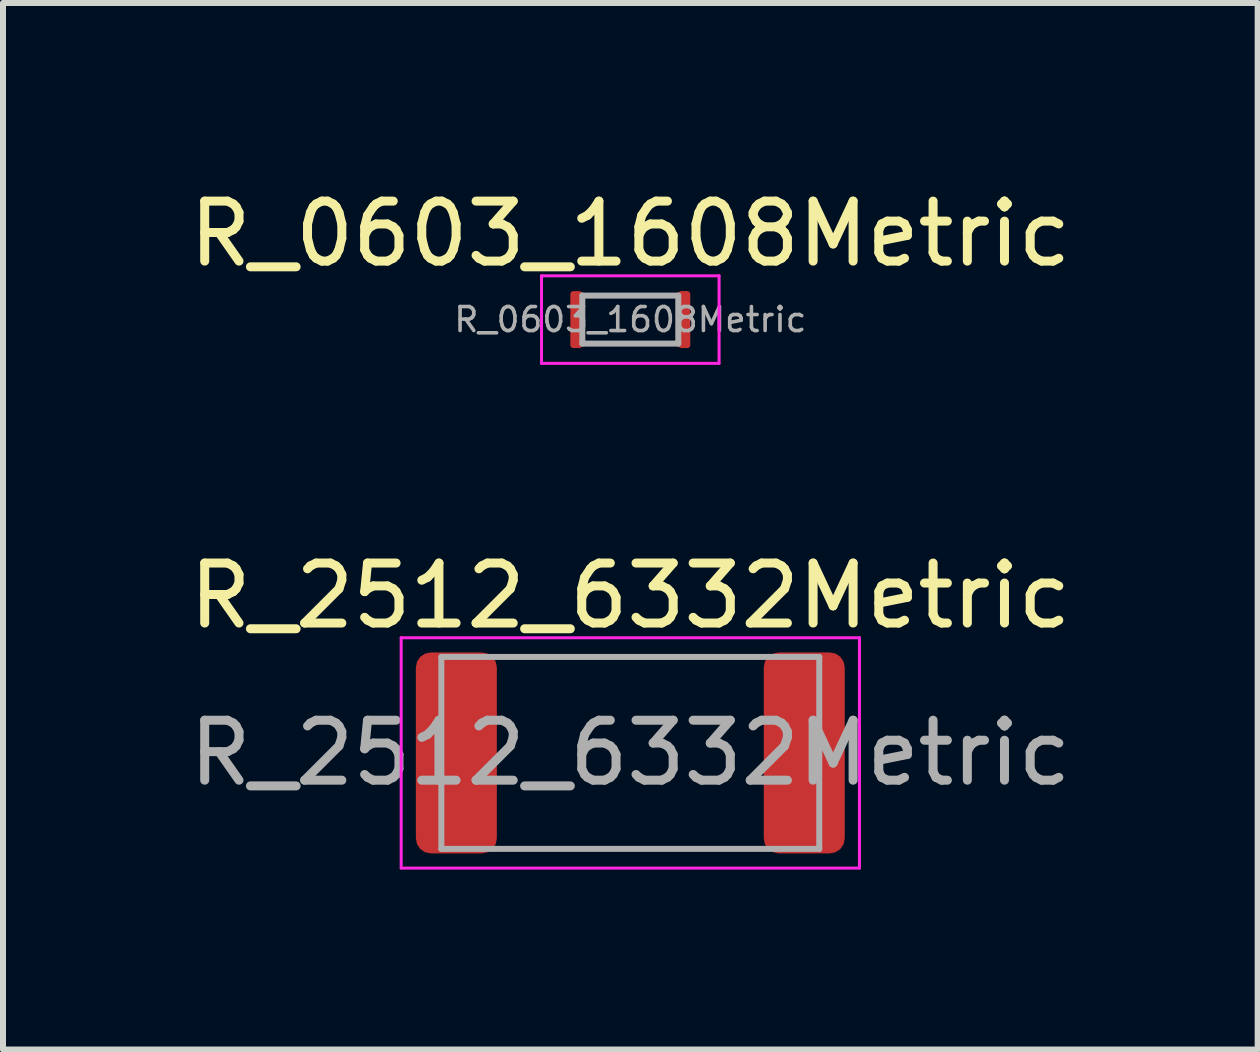
<source format=kicad_pcb>
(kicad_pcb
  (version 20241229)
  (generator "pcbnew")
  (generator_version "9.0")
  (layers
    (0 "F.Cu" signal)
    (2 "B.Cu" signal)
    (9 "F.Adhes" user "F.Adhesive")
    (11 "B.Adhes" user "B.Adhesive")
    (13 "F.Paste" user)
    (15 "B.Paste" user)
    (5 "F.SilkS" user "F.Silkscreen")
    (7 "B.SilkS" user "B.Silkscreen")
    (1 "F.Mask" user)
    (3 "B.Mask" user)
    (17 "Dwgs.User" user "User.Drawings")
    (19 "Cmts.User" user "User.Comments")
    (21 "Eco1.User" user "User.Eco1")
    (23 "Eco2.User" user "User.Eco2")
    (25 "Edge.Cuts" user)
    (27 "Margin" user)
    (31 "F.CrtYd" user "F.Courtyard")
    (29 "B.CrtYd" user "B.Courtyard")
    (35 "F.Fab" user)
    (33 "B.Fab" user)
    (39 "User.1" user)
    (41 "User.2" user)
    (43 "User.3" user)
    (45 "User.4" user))
  (footprint "R_2512_6332Metric"
    (layer "F.Cu")
    (at 7.458 9.502)
    (property "Reference" "R_2512_6332Metric" (at 0 -2.62 0) (layer "F.SilkS") (effects (font (size 1 1) (thickness 0.15))))
    (attr smd)
    (fp_line (start -3.82 -1.92) (end 3.82 -1.92) (stroke (width 0.05) (type solid)) (layer "F.CrtYd"))
    (fp_line (start -3.82 1.92) (end -3.82 -1.92) (stroke (width 0.05) (type solid)) (layer "F.CrtYd"))
    (fp_line (start 3.82 -1.92) (end 3.82 1.92) (stroke (width 0.05) (type solid)) (layer "F.CrtYd"))
    (fp_line (start 3.82 1.92) (end -3.82 1.92) (stroke (width 0.05) (type solid)) (layer "F.CrtYd"))
    (fp_line (start -3.15 -1.6) (end 3.15 -1.6) (stroke (width 0.1) (type solid)) (layer "F.Fab"))
    (fp_line (start -3.15 1.6) (end -3.15 -1.6) (stroke (width 0.1) (type solid)) (layer "F.Fab"))
    (fp_line (start 3.15 -1.6) (end 3.15 1.6) (stroke (width 0.1) (type solid)) (layer "F.Fab"))
    (fp_line (start 3.15 1.6) (end -3.15 1.6) (stroke (width 0.1) (type solid)) (layer "F.Fab"))
    (fp_text user "${REFERENCE}" (at 0 0 0) (layer "F.Fab") (effects (font (size 1 1) (thickness 0.15))))
    (pad "1" smd roundrect (at -2.9 0) (size 1.35 3.35) (layers "F.Cu" "F.Mask" "F.Paste") (roundrect_rratio 0.185))
    (pad "2" smd roundrect (at 2.9 0) (size 1.35 3.35) (layers "F.Cu" "F.Mask" "F.Paste") (roundrect_rratio 0.185)))
  (footprint "R_0603_1608Metric"
    (layer "F.Cu")
    (at 7.458 2.278)
    (property "Reference" "R_0603_1608Metric" (at 0 -1.43 0) (layer "F.SilkS") (effects (font (size 1 1) (thickness 0.15))))
    (attr smd)
    (fp_line (start -1.48 -0.73) (end 1.48 -0.73) (stroke (width 0.05) (type solid)) (layer "F.CrtYd"))
    (fp_line (start -1.48 0.73) (end -1.48 -0.73) (stroke (width 0.05) (type solid)) (layer "F.CrtYd"))
    (fp_line (start 1.48 -0.73) (end 1.48 0.73) (stroke (width 0.05) (type solid)) (layer "F.CrtYd"))
    (fp_line (start 1.48 0.73) (end -1.48 0.73) (stroke (width 0.05) (type solid)) (layer "F.CrtYd"))
    (fp_line (start -0.8 -0.4) (end 0.8 -0.4) (stroke (width 0.1) (type solid)) (layer "F.Fab"))
    (fp_line (start -0.8 0.4) (end -0.8 -0.4) (stroke (width 0.1) (type solid)) (layer "F.Fab"))
    (fp_line (start 0.8 -0.4) (end 0.8 0.4) (stroke (width 0.1) (type solid)) (layer "F.Fab"))
    (fp_line (start 0.8 0.4) (end -0.8 0.4) (stroke (width 0.1) (type solid)) (layer "F.Fab"))
    (fp_text user "${REFERENCE}" (at 0 0 0) (layer "F.Fab") (effects (font (size 0.4 0.4) (thickness 0.06))))
    (pad "1" smd roundrect (at -0.9 0) (size 0.2 0.95) (layers "F.Cu" "F.Mask" "F.Paste") (roundrect_rratio 0.25))
    (pad "2" smd roundrect (at 0.9 0) (size 0.2 0.95) (layers "F.Cu" "F.Mask" "F.Paste") (roundrect_rratio 0.25)))
  (gr_rect
    (start -3 -3)
    (end 17.917 14.447)
    (stroke (width 0.1) (type default))
    (fill no)
    (layer "Edge.Cuts")))
</source>
